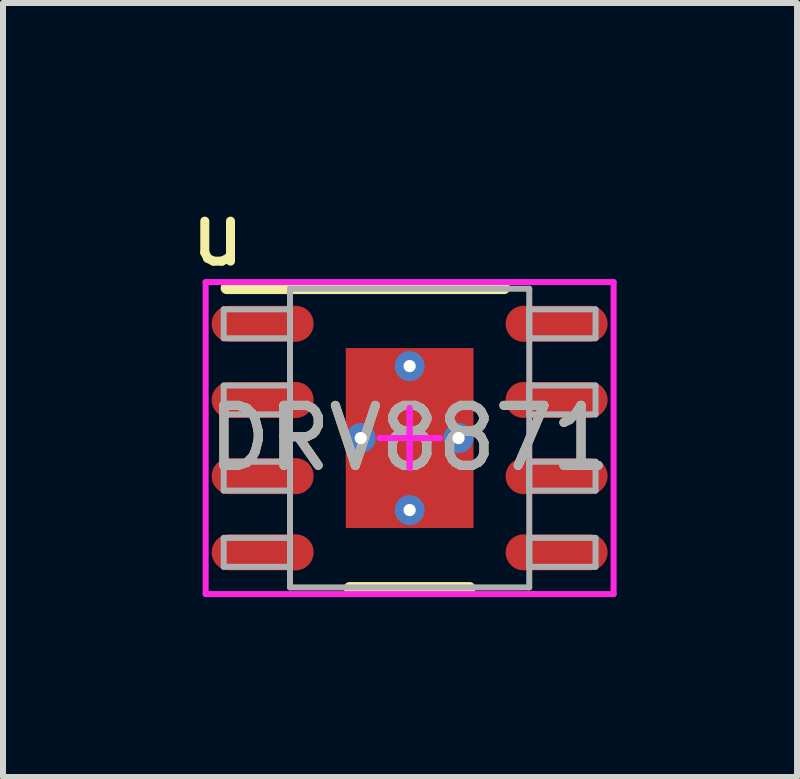
<source format=kicad_pcb>
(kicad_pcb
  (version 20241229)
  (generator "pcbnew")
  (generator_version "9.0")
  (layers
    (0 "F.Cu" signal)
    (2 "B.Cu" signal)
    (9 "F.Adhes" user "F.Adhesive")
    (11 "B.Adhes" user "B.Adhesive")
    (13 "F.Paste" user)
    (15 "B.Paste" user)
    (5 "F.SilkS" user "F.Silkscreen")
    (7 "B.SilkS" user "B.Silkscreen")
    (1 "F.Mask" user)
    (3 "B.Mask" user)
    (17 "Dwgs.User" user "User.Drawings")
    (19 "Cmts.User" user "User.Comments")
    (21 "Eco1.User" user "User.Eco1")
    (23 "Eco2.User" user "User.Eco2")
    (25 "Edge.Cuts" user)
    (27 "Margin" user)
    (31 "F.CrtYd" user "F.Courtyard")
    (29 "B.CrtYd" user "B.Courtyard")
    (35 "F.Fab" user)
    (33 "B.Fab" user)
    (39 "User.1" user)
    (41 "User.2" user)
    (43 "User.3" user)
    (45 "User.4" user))
  (footprint "DRV8871"
    (layer "F.Cu")
    (at 3.778 4.252)
    (property "Reference" "DRV8871" (at 0 0 0) (unlocked yes) (layer "F.SilkS") (effects (font (size 1 1) (thickness 0.15))))
    (attr smd)
    (fp_line (start -3.05 -2.5) (end 1.575 -2.5) (stroke (width 0.2) (type solid)) (layer "F.SilkS"))
    (fp_line (start -1 2.5) (end 1 2.5) (stroke (width 0.2) (type solid)) (layer "F.SilkS"))
    (fp_line (start -3.4 -2.6) (end 3.4 -2.6) (stroke (width 0.1) (type solid)) (layer "F.CrtYd"))
    (fp_line (start -3.4 2.6) (end -3.4 -2.6) (stroke (width 0.1) (type solid)) (layer "F.CrtYd"))
    (fp_line (start -3.4 2.6) (end 3.4 2.6) (stroke (width 0.1) (type solid)) (layer "F.CrtYd"))
    (fp_line (start -0.5 0) (end 0.5 0) (stroke (width 0.1) (type solid)) (layer "F.CrtYd"))
    (fp_line (start -0.5 0) (end 0.5 0) (stroke (width 0.1) (type solid)) (layer "F.CrtYd"))
    (fp_line (start 0 0.5) (end 0 -0.5) (stroke (width 0.1) (type solid)) (layer "F.CrtYd"))
    (fp_line (start 0 0.5) (end 0 -0.5) (stroke (width 0.1) (type solid)) (layer "F.CrtYd"))
    (fp_line (start 3.4 2.6) (end 3.4 -2.6) (stroke (width 0.1) (type solid)) (layer "F.CrtYd"))
    (fp_line (start -3.099 -2.146) (end -1.994 -2.146) (stroke (width 0.1) (type solid)) (layer "F.Fab"))
    (fp_line (start -3.099 -1.664) (end -3.099 -2.146) (stroke (width 0.1) (type solid)) (layer "F.Fab"))
    (fp_line (start -3.099 -1.664) (end -1.994 -1.664) (stroke (width 0.1) (type solid)) (layer "F.Fab"))
    (fp_line (start -3.099 -0.876) (end -1.994 -0.876) (stroke (width 0.1) (type solid)) (layer "F.Fab"))
    (fp_line (start -3.099 -0.394) (end -3.099 -0.876) (stroke (width 0.1) (type solid)) (layer "F.Fab"))
    (fp_line (start -3.099 -0.394) (end -1.994 -0.394) (stroke (width 0.1) (type solid)) (layer "F.Fab"))
    (fp_line (start -3.099 0.394) (end -1.994 0.394) (stroke (width 0.1) (type solid)) (layer "F.Fab"))
    (fp_line (start -3.099 0.876) (end -3.099 0.394) (stroke (width 0.1) (type solid)) (layer "F.Fab"))
    (fp_line (start -3.099 0.876) (end -1.994 0.876) (stroke (width 0.1) (type solid)) (layer "F.Fab"))
    (fp_line (start -3.099 1.664) (end -1.994 1.664) (stroke (width 0.1) (type solid)) (layer "F.Fab"))
    (fp_line (start -3.099 2.146) (end -3.099 1.664) (stroke (width 0.1) (type solid)) (layer "F.Fab"))
    (fp_line (start -3.099 2.146) (end -1.994 2.146) (stroke (width 0.1) (type solid)) (layer "F.Fab"))
    (fp_line (start -1.994 -2.489) (end 1.994 -2.489) (stroke (width 0.1) (type solid)) (layer "F.Fab"))
    (fp_line (start -1.994 -1.664) (end -1.994 -2.146) (stroke (width 0.1) (type solid)) (layer "F.Fab"))
    (fp_line (start -1.994 -0.394) (end -1.994 -0.876) (stroke (width 0.1) (type solid)) (layer "F.Fab"))
    (fp_line (start -1.994 0.876) (end -1.994 0.394) (stroke (width 0.1) (type solid)) (layer "F.Fab"))
    (fp_line (start -1.994 2.146) (end -1.994 1.664) (stroke (width 0.1) (type solid)) (layer "F.Fab"))
    (fp_line (start -1.994 2.489) (end -1.994 -2.489) (stroke (width 0.1) (type solid)) (layer "F.Fab"))
    (fp_line (start -1.994 2.489) (end 1.994 2.489) (stroke (width 0.1) (type solid)) (layer "F.Fab"))
    (fp_line (start 1.994 -2.146) (end 3.099 -2.146) (stroke (width 0.1) (type solid)) (layer "F.Fab"))
    (fp_line (start 1.994 -1.664) (end 1.994 -2.146) (stroke (width 0.1) (type solid)) (layer "F.Fab"))
    (fp_line (start 1.994 -1.664) (end 3.099 -1.664) (stroke (width 0.1) (type solid)) (layer "F.Fab"))
    (fp_line (start 1.994 -0.876) (end 3.099 -0.876) (stroke (width 0.1) (type solid)) (layer "F.Fab"))
    (fp_line (start 1.994 -0.394) (end 1.994 -0.876) (stroke (width 0.1) (type solid)) (layer "F.Fab"))
    (fp_line (start 1.994 -0.394) (end 3.099 -0.394) (stroke (width 0.1) (type solid)) (layer "F.Fab"))
    (fp_line (start 1.994 0.394) (end 3.099 0.394) (stroke (width 0.1) (type solid)) (layer "F.Fab"))
    (fp_line (start 1.994 0.876) (end 1.994 0.394) (stroke (width 0.1) (type solid)) (layer "F.Fab"))
    (fp_line (start 1.994 0.876) (end 3.099 0.876) (stroke (width 0.1) (type solid)) (layer "F.Fab"))
    (fp_line (start 1.994 1.664) (end 3.099 1.664) (stroke (width 0.1) (type solid)) (layer "F.Fab"))
    (fp_line (start 1.994 2.146) (end 1.994 1.664) (stroke (width 0.1) (type solid)) (layer "F.Fab"))
    (fp_line (start 1.994 2.146) (end 3.099 2.146) (stroke (width 0.1) (type solid)) (layer "F.Fab"))
    (fp_line (start 1.994 2.489) (end 1.994 -2.489) (stroke (width 0.1) (type solid)) (layer "F.Fab"))
    (fp_line (start 3.099 -1.664) (end 3.099 -2.146) (stroke (width 0.1) (type solid)) (layer "F.Fab"))
    (fp_line (start 3.099 -0.394) (end 3.099 -0.876) (stroke (width 0.1) (type solid)) (layer "F.Fab"))
    (fp_line (start 3.099 0.876) (end 3.099 0.394) (stroke (width 0.1) (type solid)) (layer "F.Fab"))
    (fp_line (start 3.099 2.146) (end 3.099 1.664) (stroke (width 0.1) (type solid)) (layer "F.Fab"))
    (fp_text user "u" (at -3.2 -3.404 0) (unlocked yes) (layer "F.SilkS") (effects (font (size 1 1) (thickness 0.15))))
    (fp_text user "${REFERENCE}" (at 0 0 0) (unlocked yes) (layer "F.Fab") (effects (font (size 1 1) (thickness 0.15))))
    (pad "1" smd oval (at -2.45 -1.905 90) (size 0.6 1.7) (layers "F.Cu" "F.Mask" "F.Paste"))
    (pad "2" smd oval (at -2.45 -0.635 90) (size 0.6 1.7) (layers "F.Cu" "F.Mask" "F.Paste"))
    (pad "3" smd oval (at -2.45 0.635 90) (size 0.6 1.7) (layers "F.Cu" "F.Mask" "F.Paste"))
    (pad "4" smd oval (at -2.45 1.905 90) (size 0.6 1.7) (layers "F.Cu" "F.Mask" "F.Paste"))
    (pad "5" smd oval (at 2.45 1.905 90) (size 0.6 1.7) (layers "F.Cu" "F.Mask" "F.Paste"))
    (pad "6" smd oval (at 2.45 0.635 90) (size 0.6 1.7) (layers "F.Cu" "F.Mask" "F.Paste"))
    (pad "7" smd oval (at 2.45 -0.635 90) (size 0.6 1.7) (layers "F.Cu" "F.Mask" "F.Paste"))
    (pad "8" smd oval (at 2.45 -1.905 90) (size 0.6 1.7) (layers "F.Cu" "F.Mask" "F.Paste"))
    (pad "9" smd rect (at 0 0) (size 2.13 3) (layers "F.Cu" "F.Mask" "F.Paste"))
    (pad "V" thru_hole circle (at -0.815 0) (size 0.5 0.5) (drill 0.203) (layers "*.Cu" "*.Mask"))
    (pad "V" thru_hole circle (at 0 -1.2) (size 0.5 0.5) (drill 0.203) (layers "*.Cu" "*.Mask"))
    (pad "V" thru_hole circle (at 0 1.2) (size 0.5 0.5) (drill 0.203) (layers "*.Cu" "*.Mask"))
    (pad "V" thru_hole circle (at 0.815 0) (size 0.5 0.5) (drill 0.203) (layers "*.Cu" "*.Mask")))
  (gr_rect
    (start -3 -3)
    (end 10.236 9.902)
    (stroke (width 0.1) (type default))
    (fill no)
    (layer "Edge.Cuts")))
</source>
